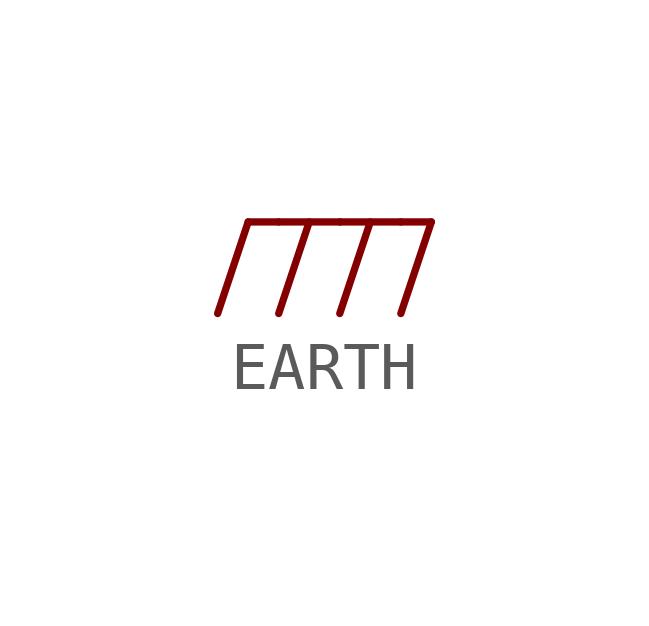
<source format=kicad_sym>
(kicad_symbol_lib
  (version 20211014)
  (generator kicad_symbol_editor)
  (symbol "EARTH"
    (power)
    (pin_numbers hide)
    (pin_names
      (offset 0) hide)
    (property "Reference" "#PWR"
      (at 6.35 2.54 0)
      (effects (font (size 1.27 1.27)) hide))
    (symbol "EARTH_0_1"
      (polyline (pts (xy -1.905 0) (xy -2.54 -1.905)) (stroke (width 0.152) (type default) (color 0 0 0 0)) (fill (type none)))
      (polyline (pts (xy -1.27 0) (xy -1.905 0)) (stroke (width 0.152) (type default) (color 0 0 0 0)) (fill (type none)))
      (polyline (pts (xy -0.635 0) (xy -1.27 -1.905)) (stroke (width 0.152) (type default) (color 0 0 0 0)) (fill (type none)))
      (polyline (pts (xy 0.635 0) (xy 0 -1.905)) (stroke (width 0.152) (type default) (color 0 0 0 0)) (fill (type none)))
      (polyline (pts (xy 1.27 0) (xy 1.905 0)) (stroke (width 0.152) (type default) (color 0 0 0 0)) (fill (type none)))
      (polyline (pts (xy 1.905 0) (xy 1.27 -1.905)) (stroke (width 0.152) (type default) (color 0 0 0 0)) (fill (type none)))
      (polyline (pts (xy 0 0) (xy 1.27 0) (xy 0 0) (xy -1.27 0)) (stroke (width 0.152) (type default) (color 0 0 0 0)) (fill (type none))))
    (symbol "EARTH_1_1"
      (pin power_in line (at 0 0 0) (length 0) (name "EARTH" (effects (font (size 1.27 1.27)))) (number "1" (effects (font (size 1.27 1.27))))))))
</source>
